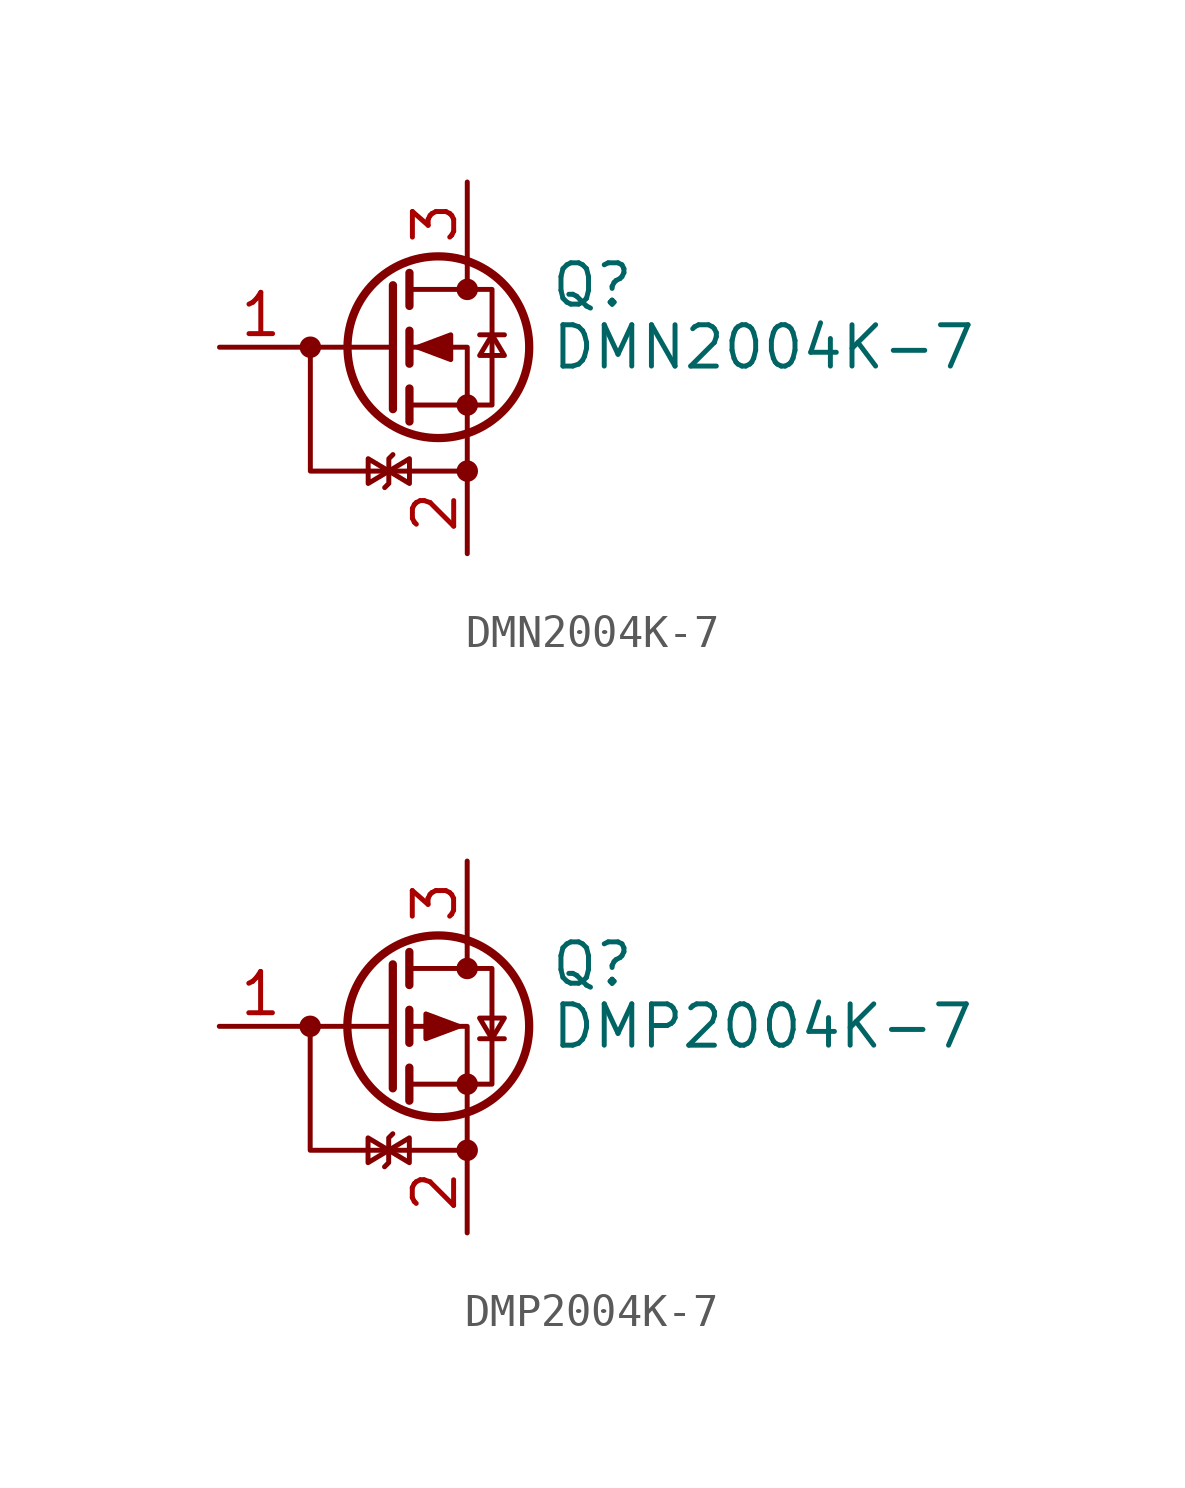
<source format=kicad_sym>
(kicad_symbol_lib
  (version 20241209)
  (generator "kicad_symbol_editor")
  (generator_version "9.0")
  (symbol "DMN2004K-7"
    (pin_names
      (offset 0)
      (hide yes))
    (property "Reference" "Q"
      (at 5.08 1.905 0)
      (effects (font (size 1.27 1.27)) (justify left)))
    (property "Value" "DMN2004K-7"
      (at 5.08 0 0)
      (effects (font (size 1.27 1.27)) (justify left)))
    (symbol "DMN2004K-7_0_1"
      (polyline (pts (xy 0.254 1.905) (xy 0.254 -1.905)) (stroke (width 0.254) (type default)) (fill (type none)))
      (polyline (pts (xy 0.254 0) (xy -2.54 0)) (stroke (width 0) (type default)) (fill (type none)))
      (polyline (pts (xy 0.762 2.286) (xy 0.762 1.27)) (stroke (width 0.254) (type default)) (fill (type none)))
      (polyline (pts (xy 0.762 0.508) (xy 0.762 -0.508)) (stroke (width 0.254) (type default)) (fill (type none)))
      (polyline (pts (xy 0.762 -1.27) (xy 0.762 -2.286)) (stroke (width 0.254) (type default)) (fill (type none)))
      (polyline (pts (xy 0.762 -1.778) (xy 3.302 -1.778) (xy 3.302 1.778) (xy 0.762 1.778)) (stroke (width 0) (type default)) (fill (type none)))
      (polyline (pts (xy 1.016 0) (xy 2.032 0.381) (xy 2.032 -0.381) (xy 1.016 0)) (stroke (width 0) (type default)) (fill (type outline)))
      (circle (center 1.651 0) (radius 2.794) (stroke (width 0.254) (type default)) (fill (type none)))
      (polyline (pts (xy 2.54 2.54) (xy 2.54 1.778)) (stroke (width 0) (type default)) (fill (type none)))
      (circle (center 2.54 1.778) (radius 0.254) (stroke (width 0) (type default)) (fill (type outline)))
      (circle (center 2.54 -1.778) (radius 0.254) (stroke (width 0) (type default)) (fill (type outline)))
      (polyline (pts (xy 2.54 -3.81) (xy -2.286 -3.81) (xy -2.286 0)) (stroke (width 0) (type default)) (fill (type none)))
      (polyline (pts (xy 2.54 -3.81) (xy 2.54 0) (xy 0.762 0)) (stroke (width 0) (type default)) (fill (type none)))
      (polyline (pts (xy 2.921 0.381) (xy 3.683 0.381)) (stroke (width 0) (type default)) (fill (type none)))
      (polyline (pts (xy 3.302 0.381) (xy 2.921 -0.254) (xy 3.683 -0.254) (xy 3.302 0.381)) (stroke (width 0) (type default)) (fill (type none))))
    (symbol "DMN2004K-7_1_1"
      (circle (center -2.286 0) (radius 0.254) (stroke (width 0) (type default)) (fill (type outline)))
      (polyline (pts (xy 0 -4.318) (xy 0.127 -4.191) (xy 0.127 -3.429) (xy 0.254 -3.302)) (stroke (width 0) (type default)) (fill (type none)))
      (polyline (pts (xy 0.127 -3.81) (xy -0.508 -3.429) (xy -0.508 -4.191) (xy 0.127 -3.81)) (stroke (width 0) (type default)) (fill (type none)))
      (polyline (pts (xy 0.127 -3.81) (xy 0.762 -4.191) (xy 0.762 -3.429) (xy 0.127 -3.81)) (stroke (width 0) (type default)) (fill (type none)))
      (circle (center 2.54 -3.81) (radius 0.254) (stroke (width 0) (type default)) (fill (type outline)))
      (pin input line (at -5.08 0 0) (length 2.54) (name "G" (effects (font (size 1.27 1.27)))) (number "1" (effects (font (size 1.27 1.27)))))
      (pin passive line (at 2.54 5.08 270) (length 2.54) (name "D" (effects (font (size 1.27 1.27)))) (number "3" (effects (font (size 1.27 1.27)))))
      (pin passive line (at 2.54 -6.35 90) (length 2.54) (name "S" (effects (font (size 1.27 1.27)))) (number "2" (effects (font (size 1.27 1.27)))))))
  (symbol "DMP2004K-7"
    (pin_names
      (offset 0)
      (hide yes))
    (property "Reference" "Q"
      (at 5.08 1.905 0)
      (effects (font (size 1.27 1.27)) (justify left)))
    (property "Value" "DMP2004K-7"
      (at 5.08 0 0)
      (effects (font (size 1.27 1.27)) (justify left)))
    (symbol "DMP2004K-7_0_1"
      (polyline (pts (xy 0.254 1.905) (xy 0.254 -1.905)) (stroke (width 0.254) (type default)) (fill (type none)))
      (polyline (pts (xy 0.254 0) (xy -2.54 0)) (stroke (width 0) (type default)) (fill (type none)))
      (polyline (pts (xy 0.762 2.286) (xy 0.762 1.27)) (stroke (width 0.254) (type default)) (fill (type none)))
      (polyline (pts (xy 0.762 1.778) (xy 3.302 1.778) (xy 3.302 -1.778) (xy 0.762 -1.778)) (stroke (width 0) (type default)) (fill (type none)))
      (polyline (pts (xy 0.762 0.508) (xy 0.762 -0.508)) (stroke (width 0.254) (type default)) (fill (type none)))
      (polyline (pts (xy 0.762 -1.27) (xy 0.762 -2.286)) (stroke (width 0.254) (type default)) (fill (type none)))
      (circle (center 1.651 0) (radius 2.794) (stroke (width 0.254) (type default)) (fill (type none)))
      (polyline (pts (xy 2.286 0) (xy 1.27 0.381) (xy 1.27 -0.381) (xy 2.286 0)) (stroke (width 0) (type default)) (fill (type outline)))
      (polyline (pts (xy 2.54 2.54) (xy 2.54 1.778)) (stroke (width 0) (type default)) (fill (type none)))
      (circle (center 2.54 1.778) (radius 0.254) (stroke (width 0) (type default)) (fill (type outline)))
      (circle (center 2.54 -1.778) (radius 0.254) (stroke (width 0) (type default)) (fill (type outline)))
      (polyline (pts (xy 2.54 -3.81) (xy -2.286 -3.81) (xy -2.286 0)) (stroke (width 0) (type default)) (fill (type none)))
      (polyline (pts (xy 2.54 -3.81) (xy 2.54 0) (xy 0.762 0)) (stroke (width 0) (type default)) (fill (type none)))
      (polyline (pts (xy 2.921 -0.381) (xy 3.683 -0.381)) (stroke (width 0) (type default)) (fill (type none)))
      (polyline (pts (xy 3.302 -0.381) (xy 2.921 0.254) (xy 3.683 0.254) (xy 3.302 -0.381)) (stroke (width 0) (type default)) (fill (type none))))
    (symbol "DMP2004K-7_1_1"
      (circle (center -2.286 0) (radius 0.254) (stroke (width 0) (type default)) (fill (type outline)))
      (polyline (pts (xy 0 -4.318) (xy 0.127 -4.191) (xy 0.127 -3.429) (xy 0.254 -3.302)) (stroke (width 0) (type default)) (fill (type none)))
      (polyline (pts (xy 0.127 -3.81) (xy -0.508 -3.429) (xy -0.508 -4.191) (xy 0.127 -3.81)) (stroke (width 0) (type default)) (fill (type none)))
      (polyline (pts (xy 0.127 -3.81) (xy 0.762 -4.191) (xy 0.762 -3.429) (xy 0.127 -3.81)) (stroke (width 0) (type default)) (fill (type none)))
      (circle (center 2.54 -3.81) (radius 0.254) (stroke (width 0) (type default)) (fill (type outline)))
      (pin input line (at -5.08 0 0) (length 2.54) (name "G" (effects (font (size 1.27 1.27)))) (number "1" (effects (font (size 1.27 1.27)))))
      (pin passive line (at 2.54 5.08 270) (length 2.54) (name "D" (effects (font (size 1.27 1.27)))) (number "3" (effects (font (size 1.27 1.27)))))
      (pin passive line (at 2.54 -6.35 90) (length 2.54) (name "S" (effects (font (size 1.27 1.27)))) (number "2" (effects (font (size 1.27 1.27))))))))
</source>
